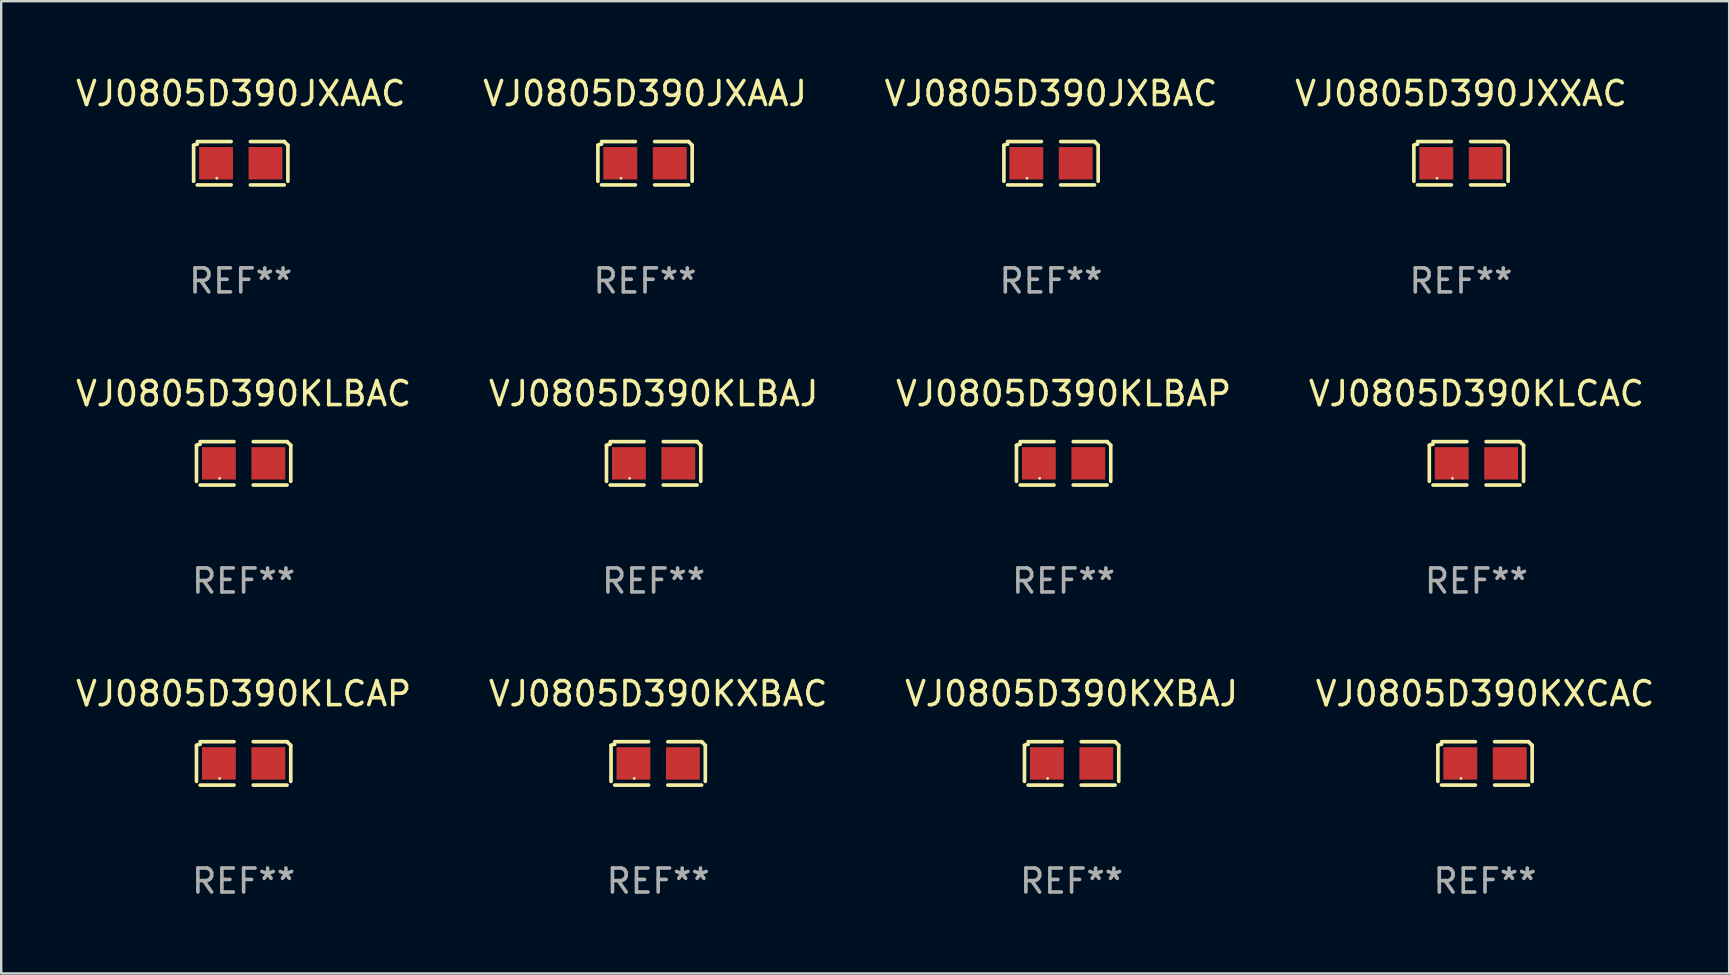
<source format=kicad_pcb>
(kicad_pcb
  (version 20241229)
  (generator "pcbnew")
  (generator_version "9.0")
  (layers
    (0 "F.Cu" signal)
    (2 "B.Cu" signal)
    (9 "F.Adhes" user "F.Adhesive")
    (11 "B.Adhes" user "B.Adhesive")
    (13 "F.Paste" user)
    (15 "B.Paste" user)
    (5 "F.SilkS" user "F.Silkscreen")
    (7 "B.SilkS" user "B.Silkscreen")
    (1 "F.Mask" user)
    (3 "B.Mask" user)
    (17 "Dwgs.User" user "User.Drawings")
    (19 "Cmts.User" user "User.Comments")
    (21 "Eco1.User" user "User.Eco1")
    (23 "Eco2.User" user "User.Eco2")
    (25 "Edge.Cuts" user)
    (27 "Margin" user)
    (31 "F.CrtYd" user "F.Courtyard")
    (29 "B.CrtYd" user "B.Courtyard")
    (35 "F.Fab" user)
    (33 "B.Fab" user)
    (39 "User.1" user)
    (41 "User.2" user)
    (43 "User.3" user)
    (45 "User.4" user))
  (footprint "VJ0805D390JXAAJ"
    (layer "F.Cu")
    (at 23.827 3.752)
    (property "Reference" "VJ0805D390JXAAJ" (at 0 -2.904 0) (layer "F.SilkS") (effects (font (size 1 1) (thickness 0.15))))
    (attr through_hole)
    (fp_line (start -1.964 0.751) (end -1.964 -0.751) (stroke (width 0.152) (type solid)) (layer "F.SilkS"))
    (fp_line (start -1.811 -0.904) (end -0.401 -0.904) (stroke (width 0.152) (type solid)) (layer "F.SilkS"))
    (fp_line (start -0.401 0.904) (end -1.811 0.904) (stroke (width 0.152) (type solid)) (layer "F.SilkS"))
    (fp_line (start 0.401 0.904) (end 1.811 0.904) (stroke (width 0.152) (type solid)) (layer "F.SilkS"))
    (fp_line (start 1.811 -0.904) (end 0.401 -0.904) (stroke (width 0.152) (type solid)) (layer "F.SilkS"))
    (fp_line (start 1.964 0.751) (end 1.964 -0.751) (stroke (width 0.152) (type solid)) (layer "F.SilkS"))
    (fp_arc (start -1.963602 -0.751207) (mid -1.890354 -0.783131) (end -1.811201 -0.794044) (stroke (width 0.1524) (type solid)) (layer "F.SilkS"))
    (fp_arc (start 1.811202 -0.903607) (mid 1.887413 -0.827418) (end 1.963602 -0.751207) (stroke (width 0.1524) (type solid)) (layer "F.SilkS"))
    (fp_circle (center -1 0.625) (end -0.97 0.625) (stroke (width 0.06) (type solid)) (fill no) (layer "F.SilkS"))
    (fp_text user "REF**" (at 0 4.904 0) (layer "F.Fab") (effects (font (size 1 1) (thickness 0.15))))
    (pad "1" smd rect (at -1.03 0) (size 1.41 1.35) (layers "F.Cu" "F.Mask" "F.Paste"))
    (pad "2" smd rect (at 1.03 0) (size 1.41 1.35) (layers "F.Cu" "F.Mask" "F.Paste")))
  (footprint "VJ0805D390JXXAC"
    (layer "F.Cu")
    (at 57.827 3.752)
    (property "Reference" "VJ0805D390JXXAC" (at 0 -2.904 0) (layer "F.SilkS") (effects (font (size 1 1) (thickness 0.15))))
    (attr through_hole)
    (fp_line (start -1.964 0.751) (end -1.964 -0.751) (stroke (width 0.152) (type solid)) (layer "F.SilkS"))
    (fp_line (start -1.811 -0.904) (end -0.401 -0.904) (stroke (width 0.152) (type solid)) (layer "F.SilkS"))
    (fp_line (start -0.401 0.904) (end -1.811 0.904) (stroke (width 0.152) (type solid)) (layer "F.SilkS"))
    (fp_line (start 0.401 0.904) (end 1.811 0.904) (stroke (width 0.152) (type solid)) (layer "F.SilkS"))
    (fp_line (start 1.811 -0.904) (end 0.401 -0.904) (stroke (width 0.152) (type solid)) (layer "F.SilkS"))
    (fp_line (start 1.964 0.751) (end 1.964 -0.751) (stroke (width 0.152) (type solid)) (layer "F.SilkS"))
    (fp_arc (start -1.963602 -0.751207) (mid -1.890354 -0.783131) (end -1.811201 -0.794044) (stroke (width 0.1524) (type solid)) (layer "F.SilkS"))
    (fp_arc (start 1.811202 -0.903607) (mid 1.887413 -0.827418) (end 1.963602 -0.751207) (stroke (width 0.1524) (type solid)) (layer "F.SilkS"))
    (fp_circle (center -1 0.625) (end -0.97 0.625) (stroke (width 0.06) (type solid)) (fill no) (layer "F.SilkS"))
    (fp_text user "REF**" (at 0 4.904 0) (layer "F.Fab") (effects (font (size 1 1) (thickness 0.15))))
    (pad "1" smd rect (at -1.03 0) (size 1.41 1.35) (layers "F.Cu" "F.Mask" "F.Paste"))
    (pad "2" smd rect (at 1.03 0) (size 1.41 1.35) (layers "F.Cu" "F.Mask" "F.Paste")))
  (footprint "VJ0805D390JXAAC"
    (layer "F.Cu")
    (at 6.982 3.752)
    (property "Reference" "VJ0805D390JXAAC" (at 0 -2.904 0) (layer "F.SilkS") (effects (font (size 1 1) (thickness 0.15))))
    (attr through_hole)
    (fp_line (start -1.964 0.751) (end -1.964 -0.751) (stroke (width 0.152) (type solid)) (layer "F.SilkS"))
    (fp_line (start -1.811 -0.904) (end -0.401 -0.904) (stroke (width 0.152) (type solid)) (layer "F.SilkS"))
    (fp_line (start -0.401 0.904) (end -1.811 0.904) (stroke (width 0.152) (type solid)) (layer "F.SilkS"))
    (fp_line (start 0.401 0.904) (end 1.811 0.904) (stroke (width 0.152) (type solid)) (layer "F.SilkS"))
    (fp_line (start 1.811 -0.904) (end 0.401 -0.904) (stroke (width 0.152) (type solid)) (layer "F.SilkS"))
    (fp_line (start 1.964 0.751) (end 1.964 -0.751) (stroke (width 0.152) (type solid)) (layer "F.SilkS"))
    (fp_arc (start -1.963602 -0.751207) (mid -1.890354 -0.783131) (end -1.811201 -0.794044) (stroke (width 0.1524) (type solid)) (layer "F.SilkS"))
    (fp_arc (start 1.811202 -0.903607) (mid 1.887413 -0.827418) (end 1.963602 -0.751207) (stroke (width 0.1524) (type solid)) (layer "F.SilkS"))
    (fp_circle (center -1 0.625) (end -0.97 0.625) (stroke (width 0.06) (type solid)) (fill no) (layer "F.SilkS"))
    (fp_text user "REF**" (at 0 4.904 0) (layer "F.Fab") (effects (font (size 1 1) (thickness 0.15))))
    (pad "1" smd rect (at -1.03 0) (size 1.41 1.35) (layers "F.Cu" "F.Mask" "F.Paste"))
    (pad "2" smd rect (at 1.03 0) (size 1.41 1.35) (layers "F.Cu" "F.Mask" "F.Paste")))
  (footprint "VJ0805D390KXBAJ"
    (layer "F.Cu")
    (at 41.601 28.759)
    (property "Reference" "VJ0805D390KXBAJ" (at 0 -2.904 0) (layer "F.SilkS") (effects (font (size 1 1) (thickness 0.15))))
    (attr through_hole)
    (fp_line (start -1.964 0.751) (end -1.964 -0.751) (stroke (width 0.152) (type solid)) (layer "F.SilkS"))
    (fp_line (start -1.811 -0.904) (end -0.401 -0.904) (stroke (width 0.152) (type solid)) (layer "F.SilkS"))
    (fp_line (start -0.401 0.904) (end -1.811 0.904) (stroke (width 0.152) (type solid)) (layer "F.SilkS"))
    (fp_line (start 0.401 0.904) (end 1.811 0.904) (stroke (width 0.152) (type solid)) (layer "F.SilkS"))
    (fp_line (start 1.811 -0.904) (end 0.401 -0.904) (stroke (width 0.152) (type solid)) (layer "F.SilkS"))
    (fp_line (start 1.964 0.751) (end 1.964 -0.751) (stroke (width 0.152) (type solid)) (layer "F.SilkS"))
    (fp_arc (start -1.963602 -0.751207) (mid -1.890354 -0.783131) (end -1.811201 -0.794044) (stroke (width 0.1524) (type solid)) (layer "F.SilkS"))
    (fp_arc (start 1.811202 -0.903607) (mid 1.887413 -0.827418) (end 1.963602 -0.751207) (stroke (width 0.1524) (type solid)) (layer "F.SilkS"))
    (fp_circle (center -1 0.625) (end -0.97 0.625) (stroke (width 0.06) (type solid)) (fill no) (layer "F.SilkS"))
    (fp_text user "REF**" (at 0 4.904 0) (layer "F.Fab") (effects (font (size 1 1) (thickness 0.15))))
    (pad "1" smd rect (at -1.03 0) (size 1.41 1.35) (layers "F.Cu" "F.Mask" "F.Paste"))
    (pad "2" smd rect (at 1.03 0) (size 1.41 1.35) (layers "F.Cu" "F.Mask" "F.Paste")))
  (footprint "VJ0805D390KXBAC"
    (layer "F.Cu")
    (at 24.375 28.759)
    (property "Reference" "VJ0805D390KXBAC" (at 0 -2.904 0) (layer "F.SilkS") (effects (font (size 1 1) (thickness 0.15))))
    (attr through_hole)
    (fp_line (start -1.964 0.751) (end -1.964 -0.751) (stroke (width 0.152) (type solid)) (layer "F.SilkS"))
    (fp_line (start -1.811 -0.904) (end -0.401 -0.904) (stroke (width 0.152) (type solid)) (layer "F.SilkS"))
    (fp_line (start -0.401 0.904) (end -1.811 0.904) (stroke (width 0.152) (type solid)) (layer "F.SilkS"))
    (fp_line (start 0.401 0.904) (end 1.811 0.904) (stroke (width 0.152) (type solid)) (layer "F.SilkS"))
    (fp_line (start 1.811 -0.904) (end 0.401 -0.904) (stroke (width 0.152) (type solid)) (layer "F.SilkS"))
    (fp_line (start 1.964 0.751) (end 1.964 -0.751) (stroke (width 0.152) (type solid)) (layer "F.SilkS"))
    (fp_arc (start -1.963602 -0.751207) (mid -1.890354 -0.783131) (end -1.811201 -0.794044) (stroke (width 0.1524) (type solid)) (layer "F.SilkS"))
    (fp_arc (start 1.811202 -0.903607) (mid 1.887413 -0.827418) (end 1.963602 -0.751207) (stroke (width 0.1524) (type solid)) (layer "F.SilkS"))
    (fp_circle (center -1 0.625) (end -0.97 0.625) (stroke (width 0.06) (type solid)) (fill no) (layer "F.SilkS"))
    (fp_text user "REF**" (at 0 4.904 0) (layer "F.Fab") (effects (font (size 1 1) (thickness 0.15))))
    (pad "1" smd rect (at -1.03 0) (size 1.41 1.35) (layers "F.Cu" "F.Mask" "F.Paste"))
    (pad "2" smd rect (at 1.03 0) (size 1.41 1.35) (layers "F.Cu" "F.Mask" "F.Paste")))
  (footprint "VJ0805D390KLBAC"
    (layer "F.Cu")
    (at 7.101 16.256)
    (property "Reference" "VJ0805D390KLBAC" (at 0 -2.904 0) (layer "F.SilkS") (effects (font (size 1 1) (thickness 0.15))))
    (attr through_hole)
    (fp_line (start -1.964 0.751) (end -1.964 -0.751) (stroke (width 0.152) (type solid)) (layer "F.SilkS"))
    (fp_line (start -1.811 -0.904) (end -0.401 -0.904) (stroke (width 0.152) (type solid)) (layer "F.SilkS"))
    (fp_line (start -0.401 0.904) (end -1.811 0.904) (stroke (width 0.152) (type solid)) (layer "F.SilkS"))
    (fp_line (start 0.401 0.904) (end 1.811 0.904) (stroke (width 0.152) (type solid)) (layer "F.SilkS"))
    (fp_line (start 1.811 -0.904) (end 0.401 -0.904) (stroke (width 0.152) (type solid)) (layer "F.SilkS"))
    (fp_line (start 1.964 0.751) (end 1.964 -0.751) (stroke (width 0.152) (type solid)) (layer "F.SilkS"))
    (fp_arc (start -1.963602 -0.751207) (mid -1.890354 -0.783131) (end -1.811201 -0.794044) (stroke (width 0.1524) (type solid)) (layer "F.SilkS"))
    (fp_arc (start 1.811202 -0.903607) (mid 1.887413 -0.827418) (end 1.963602 -0.751207) (stroke (width 0.1524) (type solid)) (layer "F.SilkS"))
    (fp_circle (center -1 0.625) (end -0.97 0.625) (stroke (width 0.06) (type solid)) (fill no) (layer "F.SilkS"))
    (fp_text user "REF**" (at 0 4.904 0) (layer "F.Fab") (effects (font (size 1 1) (thickness 0.15))))
    (pad "1" smd rect (at -1.03 0) (size 1.41 1.35) (layers "F.Cu" "F.Mask" "F.Paste"))
    (pad "2" smd rect (at 1.03 0) (size 1.41 1.35) (layers "F.Cu" "F.Mask" "F.Paste")))
  (footprint "VJ0805D390KLBAP"
    (layer "F.Cu")
    (at 41.268 16.256)
    (property "Reference" "VJ0805D390KLBAP" (at 0 -2.904 0) (layer "F.SilkS") (effects (font (size 1 1) (thickness 0.15))))
    (attr through_hole)
    (fp_line (start -1.964 0.751) (end -1.964 -0.751) (stroke (width 0.152) (type solid)) (layer "F.SilkS"))
    (fp_line (start -1.811 -0.904) (end -0.401 -0.904) (stroke (width 0.152) (type solid)) (layer "F.SilkS"))
    (fp_line (start -0.401 0.904) (end -1.811 0.904) (stroke (width 0.152) (type solid)) (layer "F.SilkS"))
    (fp_line (start 0.401 0.904) (end 1.811 0.904) (stroke (width 0.152) (type solid)) (layer "F.SilkS"))
    (fp_line (start 1.811 -0.904) (end 0.401 -0.904) (stroke (width 0.152) (type solid)) (layer "F.SilkS"))
    (fp_line (start 1.964 0.751) (end 1.964 -0.751) (stroke (width 0.152) (type solid)) (layer "F.SilkS"))
    (fp_arc (start -1.963602 -0.751207) (mid -1.890354 -0.783131) (end -1.811201 -0.794044) (stroke (width 0.1524) (type solid)) (layer "F.SilkS"))
    (fp_arc (start 1.811202 -0.903607) (mid 1.887413 -0.827418) (end 1.963602 -0.751207) (stroke (width 0.1524) (type solid)) (layer "F.SilkS"))
    (fp_circle (center -1 0.625) (end -0.97 0.625) (stroke (width 0.06) (type solid)) (fill no) (layer "F.SilkS"))
    (fp_text user "REF**" (at 0 4.904 0) (layer "F.Fab") (effects (font (size 1 1) (thickness 0.15))))
    (pad "1" smd rect (at -1.03 0) (size 1.41 1.35) (layers "F.Cu" "F.Mask" "F.Paste"))
    (pad "2" smd rect (at 1.03 0) (size 1.41 1.35) (layers "F.Cu" "F.Mask" "F.Paste")))
  (footprint "VJ0805D390KXCAC"
    (layer "F.Cu")
    (at 58.827 28.759)
    (property "Reference" "VJ0805D390KXCAC" (at 0 -2.904 0) (layer "F.SilkS") (effects (font (size 1 1) (thickness 0.15))))
    (attr through_hole)
    (fp_line (start -1.964 0.751) (end -1.964 -0.751) (stroke (width 0.152) (type solid)) (layer "F.SilkS"))
    (fp_line (start -1.811 -0.904) (end -0.401 -0.904) (stroke (width 0.152) (type solid)) (layer "F.SilkS"))
    (fp_line (start -0.401 0.904) (end -1.811 0.904) (stroke (width 0.152) (type solid)) (layer "F.SilkS"))
    (fp_line (start 0.401 0.904) (end 1.811 0.904) (stroke (width 0.152) (type solid)) (layer "F.SilkS"))
    (fp_line (start 1.811 -0.904) (end 0.401 -0.904) (stroke (width 0.152) (type solid)) (layer "F.SilkS"))
    (fp_line (start 1.964 0.751) (end 1.964 -0.751) (stroke (width 0.152) (type solid)) (layer "F.SilkS"))
    (fp_arc (start -1.963602 -0.751207) (mid -1.890354 -0.783131) (end -1.811201 -0.794044) (stroke (width 0.1524) (type solid)) (layer "F.SilkS"))
    (fp_arc (start 1.811202 -0.903607) (mid 1.887413 -0.827418) (end 1.963602 -0.751207) (stroke (width 0.1524) (type solid)) (layer "F.SilkS"))
    (fp_circle (center -1 0.625) (end -0.97 0.625) (stroke (width 0.06) (type solid)) (fill no) (layer "F.SilkS"))
    (fp_text user "REF**" (at 0 4.904 0) (layer "F.Fab") (effects (font (size 1 1) (thickness 0.15))))
    (pad "1" smd rect (at -1.03 0) (size 1.41 1.35) (layers "F.Cu" "F.Mask" "F.Paste"))
    (pad "2" smd rect (at 1.03 0) (size 1.41 1.35) (layers "F.Cu" "F.Mask" "F.Paste")))
  (footprint "VJ0805D390KLBAJ"
    (layer "F.Cu")
    (at 24.185 16.256)
    (property "Reference" "VJ0805D390KLBAJ" (at 0 -2.904 0) (layer "F.SilkS") (effects (font (size 1 1) (thickness 0.15))))
    (attr through_hole)
    (fp_line (start -1.964 0.751) (end -1.964 -0.751) (stroke (width 0.152) (type solid)) (layer "F.SilkS"))
    (fp_line (start -1.811 -0.904) (end -0.401 -0.904) (stroke (width 0.152) (type solid)) (layer "F.SilkS"))
    (fp_line (start -0.401 0.904) (end -1.811 0.904) (stroke (width 0.152) (type solid)) (layer "F.SilkS"))
    (fp_line (start 0.401 0.904) (end 1.811 0.904) (stroke (width 0.152) (type solid)) (layer "F.SilkS"))
    (fp_line (start 1.811 -0.904) (end 0.401 -0.904) (stroke (width 0.152) (type solid)) (layer "F.SilkS"))
    (fp_line (start 1.964 0.751) (end 1.964 -0.751) (stroke (width 0.152) (type solid)) (layer "F.SilkS"))
    (fp_arc (start -1.963602 -0.751207) (mid -1.890354 -0.783131) (end -1.811201 -0.794044) (stroke (width 0.1524) (type solid)) (layer "F.SilkS"))
    (fp_arc (start 1.811202 -0.903607) (mid 1.887413 -0.827418) (end 1.963602 -0.751207) (stroke (width 0.1524) (type solid)) (layer "F.SilkS"))
    (fp_circle (center -1 0.625) (end -0.97 0.625) (stroke (width 0.06) (type solid)) (fill no) (layer "F.SilkS"))
    (fp_text user "REF**" (at 0 4.904 0) (layer "F.Fab") (effects (font (size 1 1) (thickness 0.15))))
    (pad "1" smd rect (at -1.03 0) (size 1.41 1.35) (layers "F.Cu" "F.Mask" "F.Paste"))
    (pad "2" smd rect (at 1.03 0) (size 1.41 1.35) (layers "F.Cu" "F.Mask" "F.Paste")))
  (footprint "VJ0805D390KLCAP"
    (layer "F.Cu")
    (at 7.101 28.759)
    (property "Reference" "VJ0805D390KLCAP" (at 0 -2.904 0) (layer "F.SilkS") (effects (font (size 1 1) (thickness 0.15))))
    (attr through_hole)
    (fp_line (start -1.964 0.751) (end -1.964 -0.751) (stroke (width 0.152) (type solid)) (layer "F.SilkS"))
    (fp_line (start -1.811 -0.904) (end -0.401 -0.904) (stroke (width 0.152) (type solid)) (layer "F.SilkS"))
    (fp_line (start -0.401 0.904) (end -1.811 0.904) (stroke (width 0.152) (type solid)) (layer "F.SilkS"))
    (fp_line (start 0.401 0.904) (end 1.811 0.904) (stroke (width 0.152) (type solid)) (layer "F.SilkS"))
    (fp_line (start 1.811 -0.904) (end 0.401 -0.904) (stroke (width 0.152) (type solid)) (layer "F.SilkS"))
    (fp_line (start 1.964 0.751) (end 1.964 -0.751) (stroke (width 0.152) (type solid)) (layer "F.SilkS"))
    (fp_arc (start -1.963602 -0.751207) (mid -1.890354 -0.783131) (end -1.811201 -0.794044) (stroke (width 0.1524) (type solid)) (layer "F.SilkS"))
    (fp_arc (start 1.811202 -0.903607) (mid 1.887413 -0.827418) (end 1.963602 -0.751207) (stroke (width 0.1524) (type solid)) (layer "F.SilkS"))
    (fp_circle (center -1 0.625) (end -0.97 0.625) (stroke (width 0.06) (type solid)) (fill no) (layer "F.SilkS"))
    (fp_text user "REF**" (at 0 4.904 0) (layer "F.Fab") (effects (font (size 1 1) (thickness 0.15))))
    (pad "1" smd rect (at -1.03 0) (size 1.41 1.35) (layers "F.Cu" "F.Mask" "F.Paste"))
    (pad "2" smd rect (at 1.03 0) (size 1.41 1.35) (layers "F.Cu" "F.Mask" "F.Paste")))
  (footprint "VJ0805D390JXBAC"
    (layer "F.Cu")
    (at 40.744 3.752)
    (property "Reference" "VJ0805D390JXBAC" (at 0 -2.904 0) (layer "F.SilkS") (effects (font (size 1 1) (thickness 0.15))))
    (attr through_hole)
    (fp_line (start -1.964 0.751) (end -1.964 -0.751) (stroke (width 0.152) (type solid)) (layer "F.SilkS"))
    (fp_line (start -1.811 -0.904) (end -0.401 -0.904) (stroke (width 0.152) (type solid)) (layer "F.SilkS"))
    (fp_line (start -0.401 0.904) (end -1.811 0.904) (stroke (width 0.152) (type solid)) (layer "F.SilkS"))
    (fp_line (start 0.401 0.904) (end 1.811 0.904) (stroke (width 0.152) (type solid)) (layer "F.SilkS"))
    (fp_line (start 1.811 -0.904) (end 0.401 -0.904) (stroke (width 0.152) (type solid)) (layer "F.SilkS"))
    (fp_line (start 1.964 0.751) (end 1.964 -0.751) (stroke (width 0.152) (type solid)) (layer "F.SilkS"))
    (fp_arc (start -1.963602 -0.751207) (mid -1.890354 -0.783131) (end -1.811201 -0.794044) (stroke (width 0.1524) (type solid)) (layer "F.SilkS"))
    (fp_arc (start 1.811202 -0.903607) (mid 1.887413 -0.827418) (end 1.963602 -0.751207) (stroke (width 0.1524) (type solid)) (layer "F.SilkS"))
    (fp_circle (center -1 0.625) (end -0.97 0.625) (stroke (width 0.06) (type solid)) (fill no) (layer "F.SilkS"))
    (fp_text user "REF**" (at 0 4.904 0) (layer "F.Fab") (effects (font (size 1 1) (thickness 0.15))))
    (pad "1" smd rect (at -1.03 0) (size 1.41 1.35) (layers "F.Cu" "F.Mask" "F.Paste"))
    (pad "2" smd rect (at 1.03 0) (size 1.41 1.35) (layers "F.Cu" "F.Mask" "F.Paste")))
  (footprint "VJ0805D390KLCAC"
    (layer "F.Cu")
    (at 58.47 16.256)
    (property "Reference" "VJ0805D390KLCAC" (at 0 -2.904 0) (layer "F.SilkS") (effects (font (size 1 1) (thickness 0.15))))
    (attr through_hole)
    (fp_line (start -1.964 0.751) (end -1.964 -0.751) (stroke (width 0.152) (type solid)) (layer "F.SilkS"))
    (fp_line (start -1.811 -0.904) (end -0.401 -0.904) (stroke (width 0.152) (type solid)) (layer "F.SilkS"))
    (fp_line (start -0.401 0.904) (end -1.811 0.904) (stroke (width 0.152) (type solid)) (layer "F.SilkS"))
    (fp_line (start 0.401 0.904) (end 1.811 0.904) (stroke (width 0.152) (type solid)) (layer "F.SilkS"))
    (fp_line (start 1.811 -0.904) (end 0.401 -0.904) (stroke (width 0.152) (type solid)) (layer "F.SilkS"))
    (fp_line (start 1.964 0.751) (end 1.964 -0.751) (stroke (width 0.152) (type solid)) (layer "F.SilkS"))
    (fp_arc (start -1.963602 -0.751207) (mid -1.890354 -0.783131) (end -1.811201 -0.794044) (stroke (width 0.1524) (type solid)) (layer "F.SilkS"))
    (fp_arc (start 1.811202 -0.903607) (mid 1.887413 -0.827418) (end 1.963602 -0.751207) (stroke (width 0.1524) (type solid)) (layer "F.SilkS"))
    (fp_circle (center -1 0.625) (end -0.97 0.625) (stroke (width 0.06) (type solid)) (fill no) (layer "F.SilkS"))
    (fp_text user "REF**" (at 0 4.904 0) (layer "F.Fab") (effects (font (size 1 1) (thickness 0.15))))
    (pad "1" smd rect (at -1.03 0) (size 1.41 1.35) (layers "F.Cu" "F.Mask" "F.Paste"))
    (pad "2" smd rect (at 1.03 0) (size 1.41 1.35) (layers "F.Cu" "F.Mask" "F.Paste")))
  (gr_rect
    (start -3 -3)
    (end 69 37.511)
    (stroke (width 0.1) (type default))
    (fill no)
    (layer "Edge.Cuts")))
</source>
